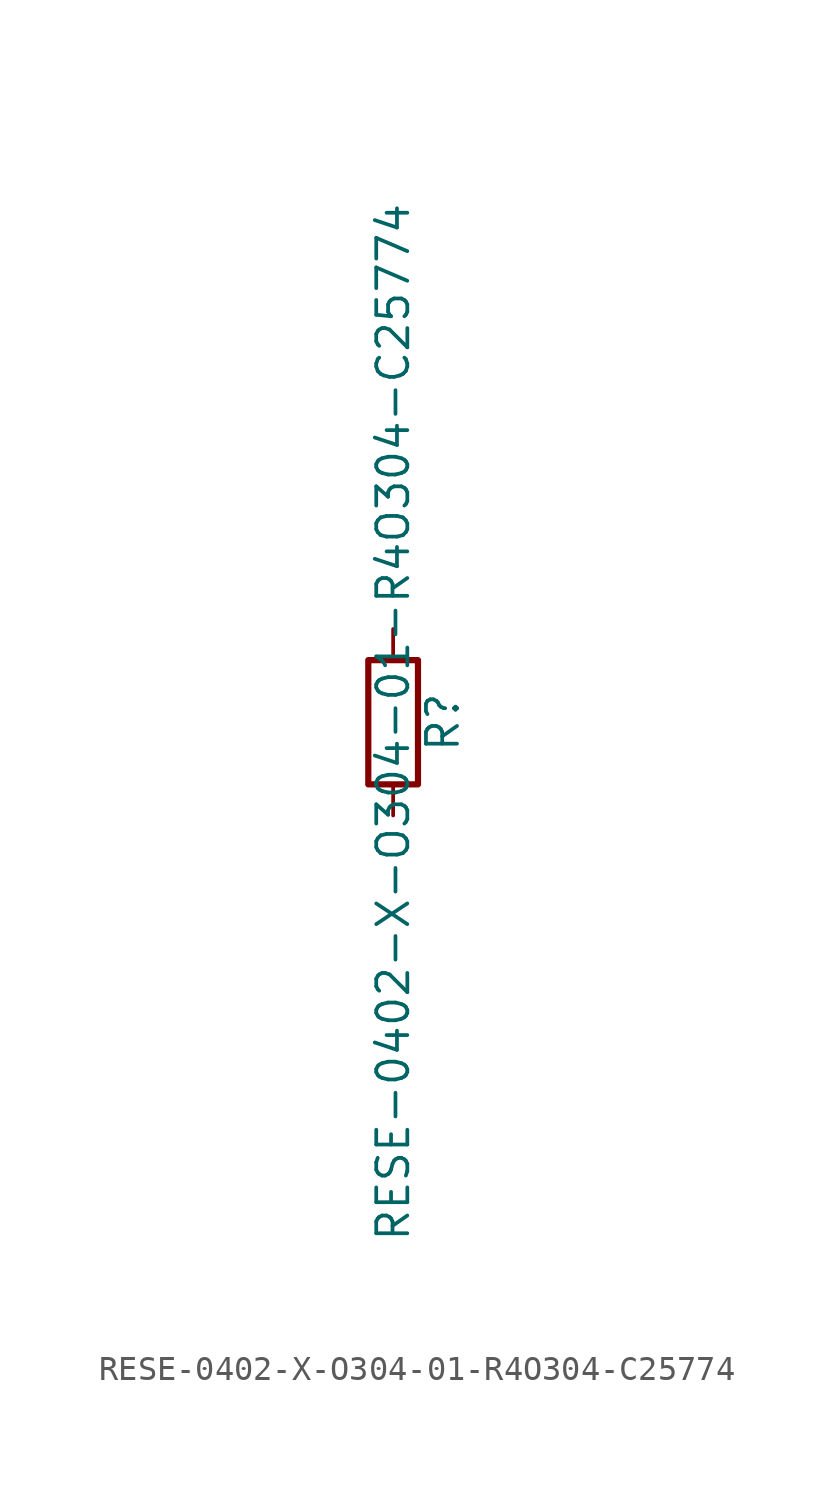
<source format=kicad_sym>
(kicad_symbol_lib
  (version 20211014)
  (generator kicad_symbol_editor)
  (symbol "RESE-0402-X-O304-01-R4O304-C25774"
    (pin_numbers hide)
    (pin_names
      (offset 0))
    (property "Reference" "R"
      (at 2.032 0 90)
      (effects (font (size 1.27 1.27))))
    (property "Value" "RESE-0402-X-O304-01-R4O304-C25774"
      (at 0 0 90)
      (effects (font (size 1.27 1.27))))
    (symbol "RESE-0402-X-O304-01-R4O304-C25774_0_1"
      (rectangle (start -1.016 -2.54) (end 1.016 2.54) (stroke (width 0.254) (type default) (color 0 0 0 0)) (fill (type none))))
    (symbol "RESE-0402-X-O304-01-R4O304-C25774_1_1"
      (pin passive line (at 0 3.81 270) (length 1.27) (name "~" (effects (font (size 1.27 1.27)))) (number "1" (effects (font (size 1.27 1.27)))))
      (pin passive line (at 0 -3.81 90) (length 1.27) (name "~" (effects (font (size 1.27 1.27)))) (number "2" (effects (font (size 1.27 1.27))))))))
</source>
